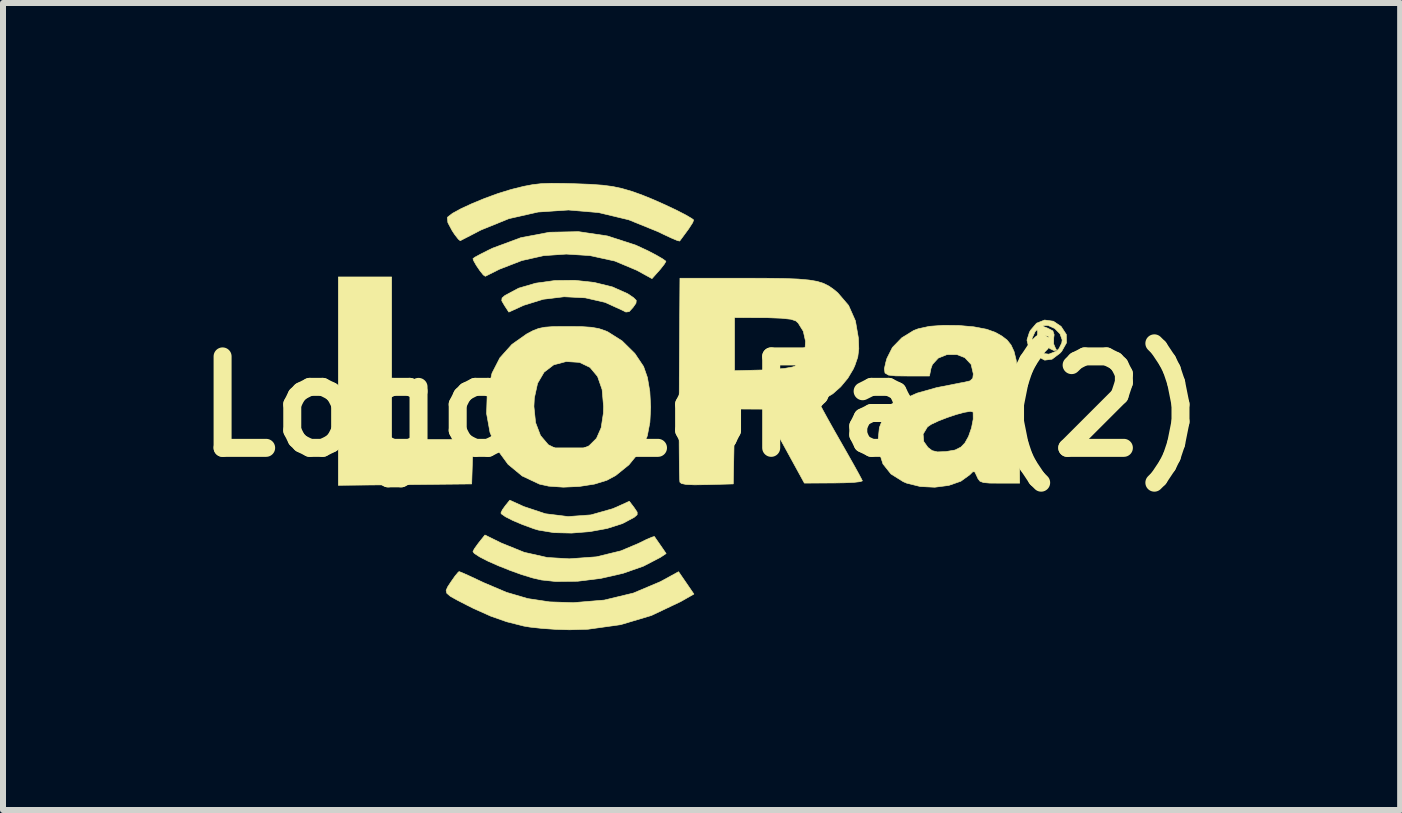
<source format=kicad_pcb>
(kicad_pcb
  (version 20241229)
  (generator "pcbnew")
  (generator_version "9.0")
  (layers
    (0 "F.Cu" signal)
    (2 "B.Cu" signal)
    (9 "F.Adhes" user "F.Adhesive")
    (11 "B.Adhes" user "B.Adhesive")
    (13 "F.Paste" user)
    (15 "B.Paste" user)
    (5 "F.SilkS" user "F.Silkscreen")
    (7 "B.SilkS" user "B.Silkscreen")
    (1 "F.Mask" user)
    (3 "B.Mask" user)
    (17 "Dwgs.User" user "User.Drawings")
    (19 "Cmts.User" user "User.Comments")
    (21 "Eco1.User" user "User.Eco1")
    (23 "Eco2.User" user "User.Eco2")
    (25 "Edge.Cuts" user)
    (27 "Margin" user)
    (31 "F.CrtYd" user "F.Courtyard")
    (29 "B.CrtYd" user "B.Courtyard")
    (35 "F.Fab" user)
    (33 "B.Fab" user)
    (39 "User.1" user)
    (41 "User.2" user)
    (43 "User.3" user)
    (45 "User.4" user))
  (footprint "Logo_LoRa (2)"
    (layer "F.Cu")
    (at 8.643 3.725)
    (property "Reference" "Logo_LoRa (2)" (at 0 0 0) (layer "F.SilkS") (effects (font (size 1.524 1.524) (thickness 0.3))))
    (attr through_hole)
    (fp_poly (pts (xy -5.165 0.55) (xy -3.807 0.55) (xy -3.831 1.291) (xy -6.054 1.314) (xy -6.054 -2.159) (xy -5.165 -2.159) (xy -5.165 0.55)) (stroke (width 0.01) (type solid)) (fill yes) (layer "F.SilkS"))
    (fp_poly (pts (xy -1.787 -2.067) (xy -1.486 -1.993) (xy -1.232 -1.88) (xy -1.134 -1.814) (xy -1.088 -1.768) (xy -1.093 -1.721) (xy -1.142 -1.651) (xy -1.206 -1.581) (xy -1.261 -1.574) (xy -1.316 -1.602) (xy -1.607 -1.735) (xy -1.938 -1.811) (xy -2.29 -1.829) (xy -2.639 -1.787) (xy -2.965 -1.686) (xy -2.993 -1.673) (xy -3.212 -1.573) (xy -3.284 -1.683) (xy -3.33 -1.762) (xy -3.325 -1.808) (xy -3.278 -1.849) (xy -3.048 -1.972) (xy -2.764 -2.055) (xy -2.445 -2.099) (xy -2.113 -2.103) (xy -1.787 -2.067)) (stroke (width 0.01) (type solid)) (fill yes) (layer "F.SilkS"))
    (fp_poly (pts (xy -2.963 1.668) (xy -2.602 1.788) (xy -2.223 1.835) (xy -1.844 1.807) (xy -1.484 1.705) (xy -1.417 1.677) (xy -1.204 1.58) (xy -1.124 1.685) (xy -1.073 1.761) (xy -1.073 1.804) (xy -1.123 1.848) (xy -1.319 1.952) (xy -1.573 2.033) (xy -1.863 2.086) (xy -2.166 2.11) (xy -2.46 2.103) (xy -2.72 2.06) (xy -2.794 2.038) (xy -2.98 1.97) (xy -3.144 1.901) (xy -3.268 1.838) (xy -3.336 1.79) (xy -3.344 1.775) (xy -3.32 1.723) (xy -3.27 1.653) (xy -3.196 1.562) (xy -2.963 1.668)) (stroke (width 0.01) (type solid)) (fill yes) (layer "F.SilkS"))
    (fp_poly (pts (xy -1.568 -2.842) (xy -1.097 -2.689) (xy -0.9 -2.598) (xy -0.758 -2.524) (xy -0.651 -2.462) (xy -0.597 -2.423) (xy -0.594 -2.418) (xy -0.62 -2.373) (xy -0.684 -2.291) (xy -0.71 -2.261) (xy -0.826 -2.131) (xy -1.079 -2.27) (xy -1.445 -2.424) (xy -1.86 -2.515) (xy -2.254 -2.54) (xy -2.632 -2.514) (xy -2.996 -2.432) (xy -3.368 -2.288) (xy -3.604 -2.17) (xy -3.638 -2.193) (xy -3.694 -2.263) (xy -3.754 -2.351) (xy -3.798 -2.429) (xy -3.81 -2.464) (xy -3.774 -2.49) (xy -3.679 -2.541) (xy -3.542 -2.61) (xy -3.479 -2.64) (xy -3.013 -2.813) (xy -2.534 -2.904) (xy -2.05 -2.914) (xy -1.568 -2.842)) (stroke (width 0.01) (type solid)) (fill yes) (layer "F.SilkS"))
    (fp_poly (pts (xy -3.338 2.276) (xy -2.955 2.431) (xy -2.572 2.517) (xy -2.203 2.539) (xy -1.753 2.506) (xy -1.346 2.407) (xy -1.054 2.284) (xy -0.924 2.22) (xy -0.828 2.179) (xy -0.787 2.167) (xy -0.786 2.167) (xy -0.759 2.207) (xy -0.701 2.29) (xy -0.683 2.316) (xy -0.59 2.451) (xy -0.686 2.515) (xy -0.969 2.662) (xy -1.309 2.781) (xy -1.682 2.866) (xy -2.064 2.913) (xy -2.432 2.917) (xy -2.667 2.892) (xy -2.815 2.858) (xy -2.995 2.803) (xy -3.19 2.733) (xy -3.383 2.656) (xy -3.558 2.579) (xy -3.698 2.507) (xy -3.787 2.449) (xy -3.81 2.418) (xy -3.786 2.371) (xy -3.726 2.288) (xy -3.71 2.267) (xy -3.61 2.142) (xy -3.338 2.276)) (stroke (width 0.01) (type solid)) (fill yes) (layer "F.SilkS"))
    (fp_poly (pts (xy -3.995 2.769) (xy -3.891 2.815) (xy -3.745 2.883) (xy -3.628 2.938) (xy -3.251 3.098) (xy -2.896 3.202) (xy -2.531 3.257) (xy -2.138 3.27) (xy -1.622 3.227) (xy -1.136 3.11) (xy -0.688 2.921) (xy -0.647 2.899) (xy -0.383 2.754) (xy -0.255 2.94) (xy -0.127 3.127) (xy -0.349 3.253) (xy -0.836 3.484) (xy -1.349 3.637) (xy -1.893 3.713) (xy -2.201 3.722) (xy -2.431 3.715) (xy -2.661 3.699) (xy -2.861 3.677) (xy -2.963 3.66) (xy -3.248 3.588) (xy -3.513 3.495) (xy -3.797 3.368) (xy -3.895 3.319) (xy -4.074 3.227) (xy -4.188 3.163) (xy -4.246 3.113) (xy -4.257 3.065) (xy -4.231 3.006) (xy -4.177 2.924) (xy -4.107 2.824) (xy -4.055 2.762) (xy -4.04 2.752) (xy -3.995 2.769)) (stroke (width 0.01) (type solid)) (fill yes) (layer "F.SilkS"))
    (fp_poly (pts (xy -2.292 -3.718) (xy -2.117 -3.713) (xy -1.851 -3.703) (xy -1.646 -3.688) (xy -1.479 -3.666) (xy -1.326 -3.633) (xy -1.164 -3.586) (xy -1.143 -3.579) (xy -0.99 -3.524) (xy -0.806 -3.449) (xy -0.612 -3.363) (xy -0.427 -3.276) (xy -0.271 -3.196) (xy -0.163 -3.133) (xy -0.132 -3.109) (xy -0.147 -3.065) (xy -0.215 -2.96) (xy -0.335 -2.797) (xy -0.365 -2.757) (xy -0.406 -2.767) (xy -0.505 -2.809) (xy -0.644 -2.874) (xy -0.729 -2.915) (xy -1.215 -3.112) (xy -1.716 -3.232) (xy -2.222 -3.275) (xy -2.724 -3.241) (xy -3.21 -3.131) (xy -3.673 -2.943) (xy -3.697 -2.931) (xy -3.841 -2.856) (xy -3.954 -2.798) (xy -4.016 -2.766) (xy -4.022 -2.763) (xy -4.054 -2.789) (xy -4.115 -2.867) (xy -4.157 -2.931) (xy -4.228 -3.064) (xy -4.237 -3.145) (xy -4.23 -3.158) (xy -4.151 -3.219) (xy -4.01 -3.296) (xy -3.824 -3.382) (xy -3.613 -3.469) (xy -3.394 -3.549) (xy -3.187 -3.613) (xy -3.138 -3.626) (xy -2.964 -3.669) (xy -2.817 -3.697) (xy -2.671 -3.714) (xy -2.504 -3.72) (xy -2.292 -3.718)) (stroke (width 0.01) (type solid)) (fill yes) (layer "F.SilkS"))
    (fp_poly (pts (xy -1.998 -1.331) (xy -1.835 -1.32) (xy -1.711 -1.298) (xy -1.605 -1.262) (xy -1.563 -1.244) (xy -1.324 -1.093) (xy -1.112 -0.884) (xy -0.966 -0.666) (xy -0.902 -0.483) (xy -0.862 -0.248) (xy -0.848 0.011) (xy -0.861 0.265) (xy -0.903 0.485) (xy -0.912 0.512) (xy -1.03 0.751) (xy -1.21 0.972) (xy -1.431 1.151) (xy -1.578 1.23) (xy -1.786 1.294) (xy -2.038 1.333) (xy -2.303 1.345) (xy -2.548 1.328) (xy -2.702 1.294) (xy -2.989 1.159) (xy -3.225 0.964) (xy -3.405 0.718) (xy -3.526 0.432) (xy -3.583 0.116) (xy -3.579 0) (xy -2.794 0) (xy -2.766 0.27) (xy -2.684 0.485) (xy -2.554 0.638) (xy -2.379 0.725) (xy -2.166 0.741) (xy -2.138 0.738) (xy -2.002 0.708) (xy -1.888 0.662) (xy -1.874 0.654) (xy -1.751 0.532) (xy -1.673 0.355) (xy -1.636 0.112) (xy -1.633 0) (xy -1.657 -0.282) (xy -1.733 -0.5) (xy -1.859 -0.651) (xy -2.034 -0.735) (xy -2.255 -0.749) (xy -2.256 -0.749) (xy -2.464 -0.694) (xy -2.624 -0.572) (xy -2.733 -0.386) (xy -2.787 -0.139) (xy -2.794 0) (xy -3.579 0) (xy -3.572 -0.22) (xy -3.492 -0.556) (xy -3.361 -0.811) (xy -3.16 -1.035) (xy -2.915 -1.208) (xy -2.809 -1.264) (xy -2.716 -1.3) (xy -2.614 -1.321) (xy -2.48 -1.331) (xy -2.291 -1.333) (xy -2.223 -1.333) (xy -1.998 -1.331)) (stroke (width 0.01) (type solid)) (fill yes) (layer "F.SilkS"))
    (fp_poly (pts (xy 5.864 -1.421) (xy 5.992 -1.335) (xy 6.08 -1.201) (xy 6.083 -1.061) (xy 6.003 -0.919) (xy 5.972 -0.886) (xy 5.842 -0.788) (xy 5.72 -0.772) (xy 5.594 -0.839) (xy 5.542 -0.886) (xy 5.52 -0.913) (xy 5.609 -0.913) (xy 5.652 -0.889) (xy 5.789 -0.872) (xy 5.916 -0.923) (xy 5.958 -0.965) (xy 6.004 -1.059) (xy 6.011 -1.109) (xy 5.975 -1.21) (xy 5.887 -1.3) (xy 5.779 -1.349) (xy 5.747 -1.351) (xy 5.69 -1.346) (xy 5.706 -1.33) (xy 5.772 -1.304) (xy 5.856 -1.26) (xy 5.877 -1.196) (xy 5.87 -1.144) (xy 5.869 -1.042) (xy 5.895 -0.98) (xy 5.917 -0.94) (xy 5.876 -0.931) (xy 5.803 -0.966) (xy 5.784 -0.995) (xy 5.74 -1.051) (xy 5.716 -1.058) (xy 5.678 -1.024) (xy 5.673 -0.995) (xy 5.644 -0.937) (xy 5.62 -0.928) (xy 5.609 -0.913) (xy 5.52 -0.913) (xy 5.449 -1.001) (xy 5.44 -1.04) (xy 5.51 -1.04) (xy 5.532 -1.002) (xy 5.56 -0.979) (xy 5.577 -0.997) (xy 5.588 -1.073) (xy 5.596 -1.146) (xy 5.596 -1.153) (xy 5.691 -1.153) (xy 5.733 -1.146) (xy 5.788 -1.154) (xy 5.788 -1.169) (xy 5.732 -1.179) (xy 5.707 -1.172) (xy 5.691 -1.153) (xy 5.596 -1.153) (xy 5.602 -1.249) (xy 5.593 -1.28) (xy 5.562 -1.25) (xy 5.558 -1.243) (xy 5.51 -1.139) (xy 5.51 -1.04) (xy 5.44 -1.04) (xy 5.424 -1.106) (xy 5.464 -1.234) (xy 5.481 -1.267) (xy 5.584 -1.388) (xy 5.718 -1.441) (xy 5.864 -1.421)) (stroke (width 0.01) (type solid)) (fill yes) (layer "F.SilkS"))
    (fp_poly (pts (xy 1.086 -2.137) (xy 1.379 -2.133) (xy 1.609 -2.124) (xy 1.788 -2.108) (xy 1.927 -2.085) (xy 2.035 -2.051) (xy 2.126 -2.005) (xy 2.209 -1.946) (xy 2.271 -1.894) (xy 2.451 -1.684) (xy 2.565 -1.427) (xy 2.615 -1.137) (xy 2.621 -0.961) (xy 2.604 -0.824) (xy 2.556 -0.684) (xy 2.528 -0.622) (xy 2.438 -0.471) (xy 2.319 -0.328) (xy 2.188 -0.212) (xy 2.067 -0.141) (xy 2.004 -0.127) (xy 1.952 -0.107) (xy 1.947 -0.093) (xy 1.967 -0.047) (xy 2.023 0.06) (xy 2.108 0.215) (xy 2.214 0.404) (xy 2.311 0.574) (xy 2.43 0.783) (xy 2.534 0.967) (xy 2.615 1.113) (xy 2.666 1.209) (xy 2.681 1.24) (xy 2.644 1.253) (xy 2.54 1.265) (xy 2.383 1.272) (xy 2.201 1.275) (xy 1.714 1.277) (xy 1.376 0.66) (xy 1.037 0.044) (xy 0.795 0.043) (xy 0.553 0.042) (xy 0.529 1.291) (xy 0.094 1.303) (xy -0.118 1.306) (xy -0.257 1.3) (xy -0.335 1.284) (xy -0.361 1.261) (xy -0.365 1.208) (xy -0.369 1.079) (xy -0.371 0.885) (xy -0.373 0.635) (xy -0.373 0.337) (xy -0.373 0.002) (xy -0.371 -0.362) (xy -0.371 -0.466) (xy -0.37 -0.596) (xy 0.55 -0.596) (xy 1.005 -0.608) (xy 1.21 -0.618) (xy 1.387 -0.635) (xy 1.513 -0.657) (xy 1.558 -0.673) (xy 1.664 -0.773) (xy 1.723 -0.92) (xy 1.733 -1.088) (xy 1.696 -1.254) (xy 1.61 -1.392) (xy 1.57 -1.427) (xy 1.489 -1.454) (xy 1.33 -1.471) (xy 1.098 -1.48) (xy 1.027 -1.48) (xy 0.55 -1.482) (xy 0.55 -0.596) (xy -0.37 -0.596) (xy -0.36 -2.138) (xy 0.72 -2.138) (xy 1.086 -2.137)) (stroke (width 0.01) (type solid)) (fill yes) (layer "F.SilkS"))
    (fp_poly (pts (xy 4.288 -1.35) (xy 4.537 -1.328) (xy 4.753 -1.287) (xy 4.899 -1.234) (xy 5.007 -1.173) (xy 5.093 -1.107) (xy 5.159 -1.024) (xy 5.209 -0.916) (xy 5.244 -0.773) (xy 5.268 -0.583) (xy 5.283 -0.338) (xy 5.291 -0.026) (xy 5.295 0.302) (xy 5.303 1.278) (xy 4.97 1.278) (xy 4.802 1.277) (xy 4.7 1.268) (xy 4.642 1.247) (xy 4.609 1.206) (xy 4.591 1.167) (xy 4.555 1.091) (xy 4.522 1.087) (xy 4.47 1.139) (xy 4.322 1.246) (xy 4.12 1.316) (xy 3.887 1.346) (xy 3.645 1.334) (xy 3.419 1.278) (xy 3.361 1.253) (xy 3.157 1.125) (xy 3.024 0.958) (xy 2.955 0.744) (xy 2.942 0.568) (xy 2.953 0.461) (xy 3.693 0.461) (xy 3.704 0.585) (xy 3.773 0.682) (xy 3.844 0.736) (xy 3.931 0.757) (xy 4.067 0.752) (xy 4.077 0.751) (xy 4.225 0.726) (xy 4.323 0.677) (xy 4.389 0.609) (xy 4.45 0.5) (xy 4.5 0.356) (xy 4.528 0.212) (xy 4.527 0.102) (xy 4.523 0.091) (xy 4.479 0.081) (xy 4.378 0.098) (xy 4.241 0.135) (xy 4.09 0.186) (xy 3.946 0.242) (xy 3.829 0.297) (xy 3.765 0.341) (xy 3.693 0.461) (xy 2.953 0.461) (xy 2.964 0.352) (xy 3.035 0.169) (xy 3.16 0.015) (xy 3.344 -0.114) (xy 3.595 -0.223) (xy 3.918 -0.314) (xy 4.318 -0.393) (xy 4.371 -0.402) (xy 4.476 -0.427) (xy 4.521 -0.47) (xy 4.53 -0.543) (xy 4.493 -0.702) (xy 4.388 -0.814) (xy 4.257 -0.865) (xy 4.088 -0.864) (xy 3.945 -0.806) (xy 3.848 -0.7) (xy 3.824 -0.633) (xy 3.799 -0.508) (xy 3.424 -0.508) (xy 3.234 -0.51) (xy 3.116 -0.523) (xy 3.058 -0.558) (xy 3.047 -0.627) (xy 3.072 -0.739) (xy 3.09 -0.802) (xy 3.181 -0.983) (xy 3.337 -1.144) (xy 3.535 -1.266) (xy 3.611 -1.295) (xy 3.799 -1.336) (xy 4.033 -1.353) (xy 4.288 -1.35)) (stroke (width 0.01) (type solid)) (fill yes) (layer "F.SilkS")))
  (gr_rect
    (start -3 -3)
    (end 20.287 10.451)
    (stroke (width 0.1) (type default))
    (fill no)
    (layer "Edge.Cuts")))
</source>
